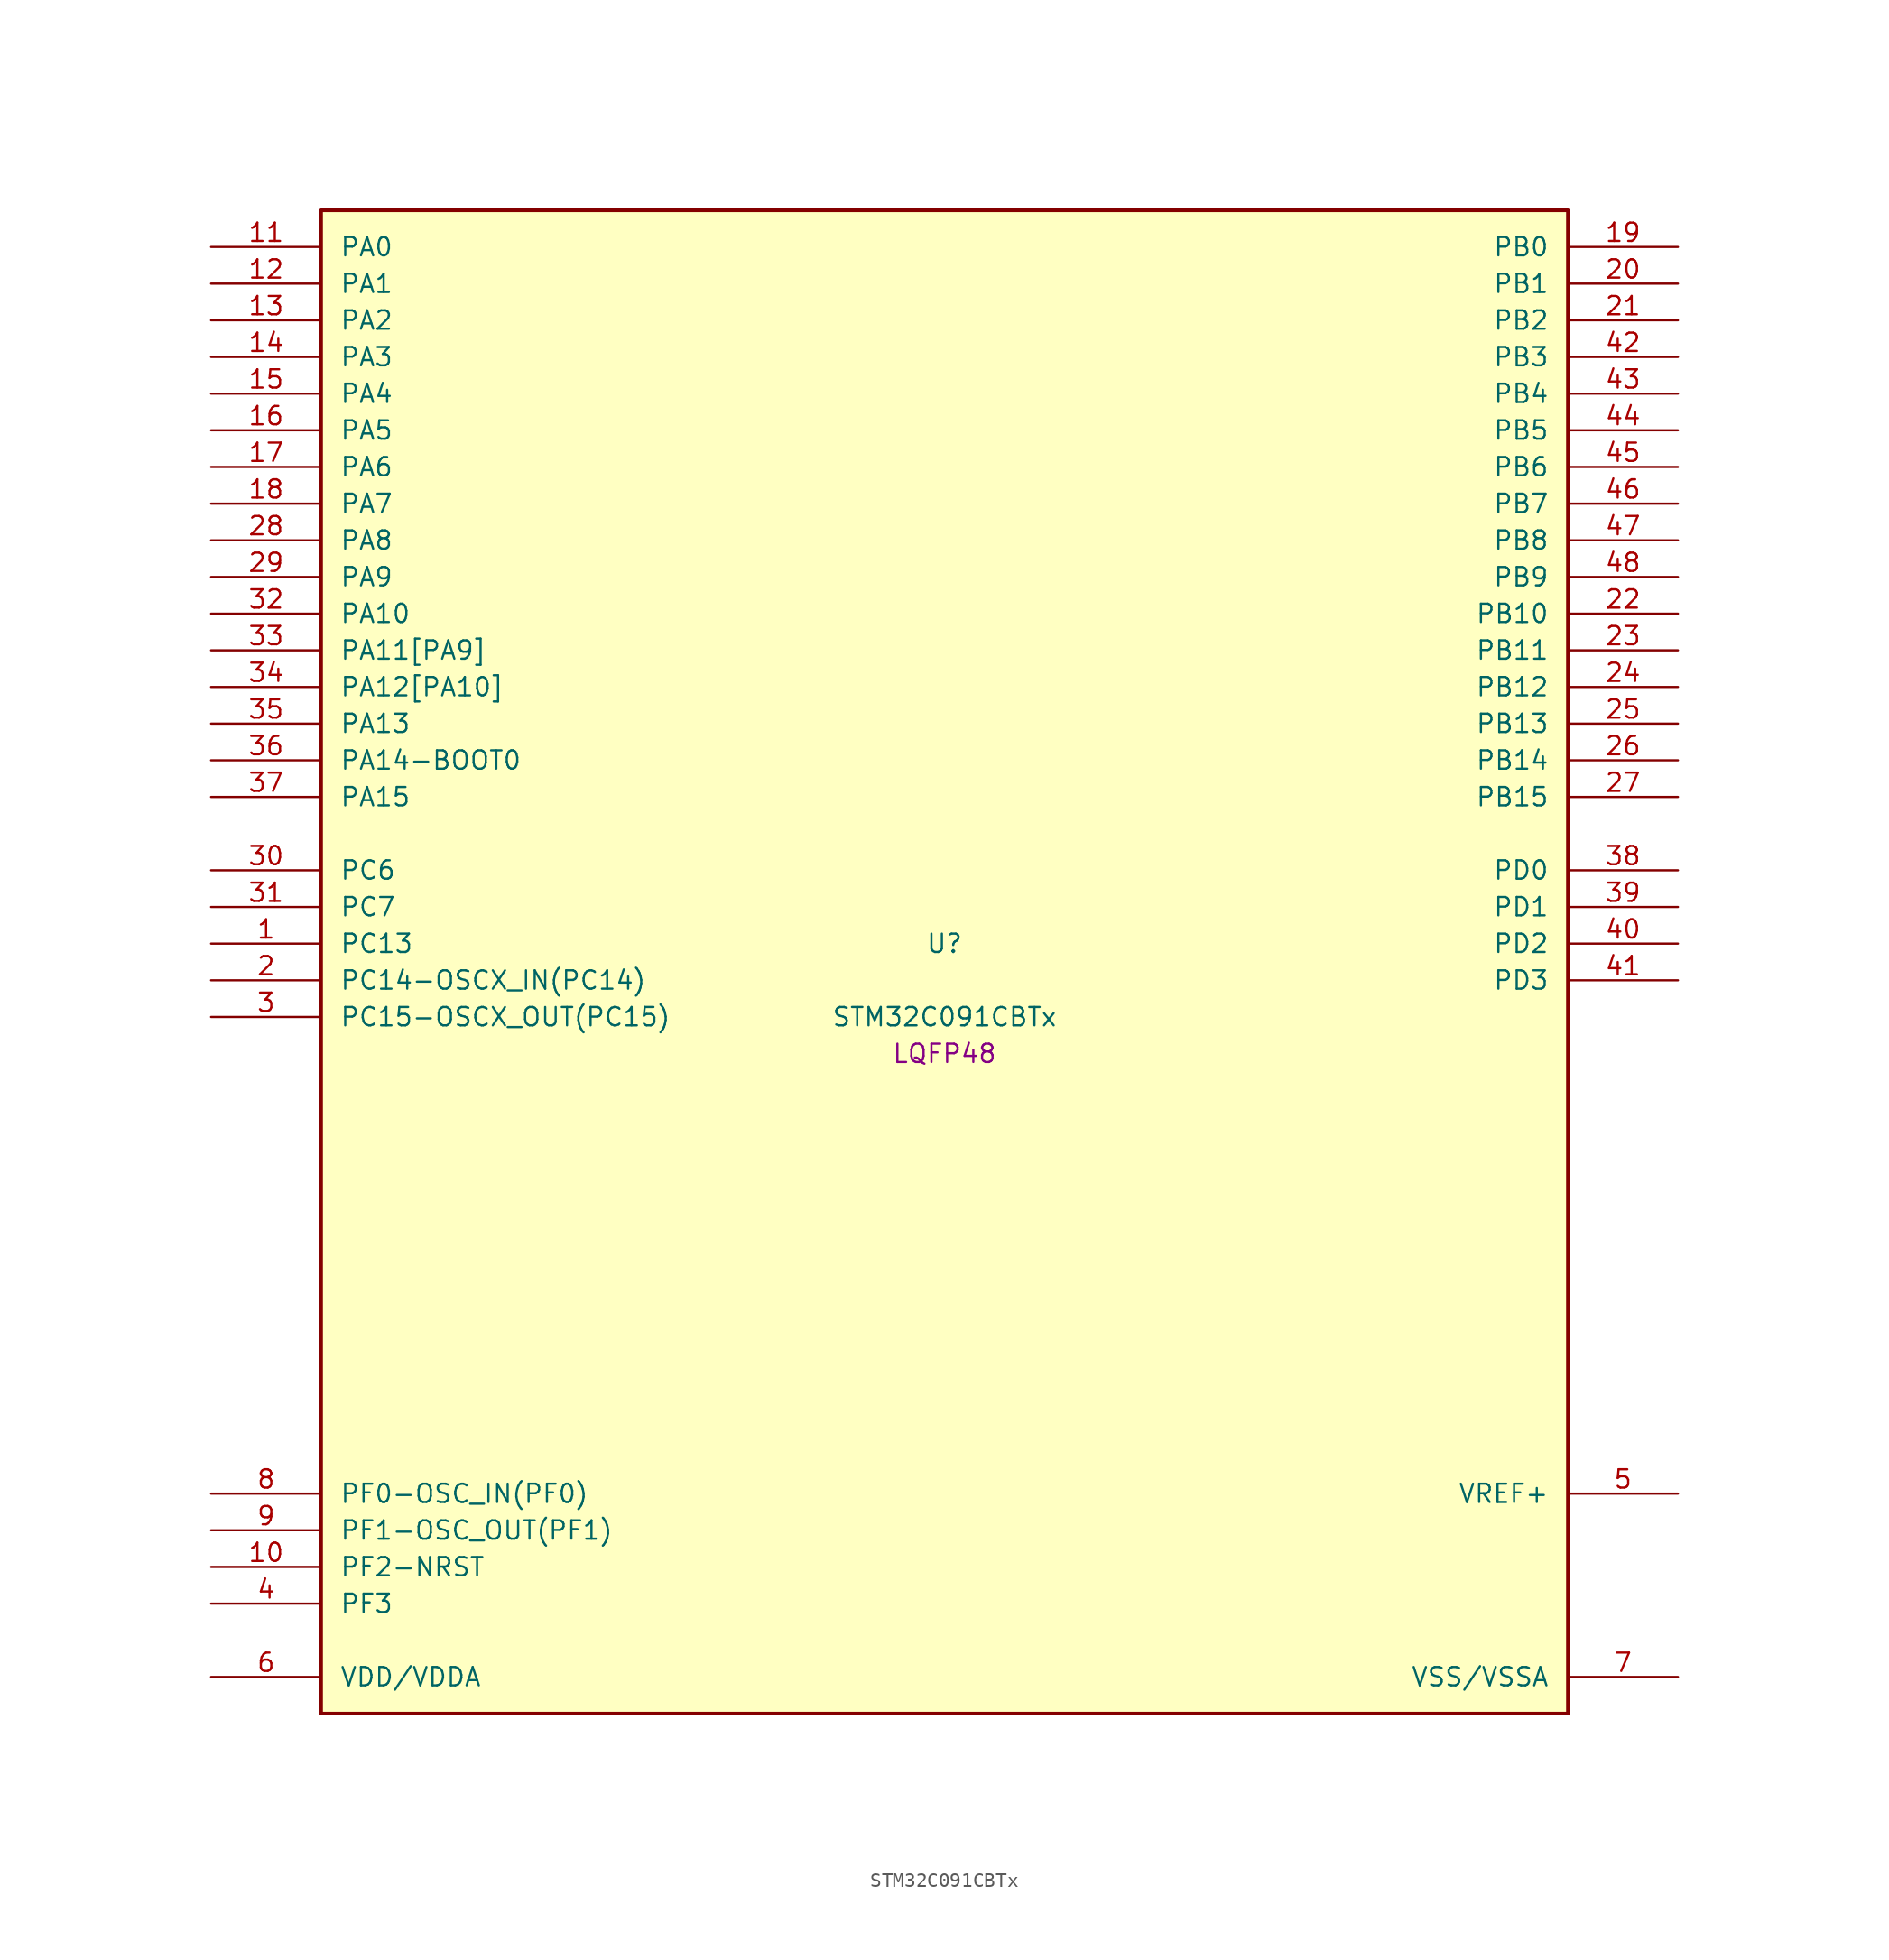
<source format=kicad_sym>
(kicad_symbol_lib
  (version 20241209)
  (generator "stm32_pkl_generator")
  (generator_version "1.0")
  (symbol "STM32C091CBTx"
    (pin_names
      (offset 1.27))
    (property "Reference" "U"
      (at 0 2.54 0))
    (property "Value" "STM32C091CBTx"
      (at 0 -2.54 0))
    (property "Footprint" "LQFP48"
      (at 0 -5.08 0))
    (symbol "STM32C091CBTx_1_1"
      (rectangle (start -43.18 53.34) (end 43.18 -50.8) (stroke (width 0.254) (type solid)) (fill (type background)))
      (pin bidirectional line (at -50.8 50.8 0) (length 7.62) (name "PA0") (number "11") (alternate "PA0/ADC1_IN0" bidirectional line) (alternate "PA0/PWR_WKUP1" bidirectional line) (alternate "PA0/SPI2_SCK" bidirectional line) (alternate "PA0/TIM16_CH1" bidirectional line) (alternate "PA0/TIM1_CH1" bidirectional line) (alternate "PA0/TIM2_CH1" bidirectional line) (alternate "PA0/TIM2_ETR" bidirectional line) (alternate "PA0/USART1_TX" bidirectional line) (alternate "PA0/USART2_CTS" bidirectional line) (alternate "PA0/USART2_NSS" bidirectional line) (alternate "PA0/USART4_TX" bidirectional line))
      (pin bidirectional line (at -50.8 48.26 0) (length 7.62) (name "PA1") (number "12") (alternate "PA1/ADC1_IN1" bidirectional line) (alternate "PA1/I2C1_SMBA" bidirectional line) (alternate "PA1/I2S1_CK" bidirectional line) (alternate "PA1/SPI1_SCK" bidirectional line) (alternate "PA1/TIM15_CH1N" bidirectional line) (alternate "PA1/TIM17_CH1" bidirectional line) (alternate "PA1/TIM1_CH2" bidirectional line) (alternate "PA1/TIM2_CH2" bidirectional line) (alternate "PA1/USART1_RX" bidirectional line) (alternate "PA1/USART2_CK" bidirectional line) (alternate "PA1/USART2_DE" bidirectional line) (alternate "PA1/USART2_RTS" bidirectional line) (alternate "PA1/USART4_RX" bidirectional line))
      (pin bidirectional line (at -50.8 45.72 0) (length 7.62) (name "PA2") (number "13") (alternate "PA2/ADC1_IN2" bidirectional line) (alternate "PA2/I2S1_SD" bidirectional line) (alternate "PA2/PWR_WKUP4" bidirectional line) (alternate "PA2/RCC_LSCO" bidirectional line) (alternate "PA2/SPI1_MOSI" bidirectional line) (alternate "PA2/TIM15_CH1" bidirectional line) (alternate "PA2/TIM16_CH1N" bidirectional line) (alternate "PA2/TIM1_CH3" bidirectional line) (alternate "PA2/TIM2_CH3" bidirectional line) (alternate "PA2/TIM3_ETR" bidirectional line) (alternate "PA2/USART2_TX" bidirectional line))
      (pin bidirectional line (at -50.8 43.18 0) (length 7.62) (name "PA3") (number "14") (alternate "PA3/ADC1_IN3" bidirectional line) (alternate "PA3/SPI2_MISO" bidirectional line) (alternate "PA3/TIM15_CH2" bidirectional line) (alternate "PA3/TIM1_CH1N" bidirectional line) (alternate "PA3/TIM1_CH4" bidirectional line) (alternate "PA3/TIM2_CH4" bidirectional line) (alternate "PA3/USART2_RX" bidirectional line))
      (pin bidirectional line (at -50.8 40.64 0) (length 7.62) (name "PA4") (number "15") (alternate "PA4/ADC1_IN4" bidirectional line) (alternate "PA4/I2S1_WS" bidirectional line) (alternate "PA4/RTC_OUT2" bidirectional line) (alternate "PA4/SPI1_NSS" bidirectional line) (alternate "PA4/SPI2_MOSI" bidirectional line) (alternate "PA4/TIM14_CH1" bidirectional line) (alternate "PA4/TIM17_CH1N" bidirectional line) (alternate "PA4/TIM1_CH2N" bidirectional line) (alternate "PA4/USART2_TX" bidirectional line))
      (pin bidirectional line (at -50.8 38.1 0) (length 7.62) (name "PA5") (number "16") (alternate "PA5/ADC1_IN5" bidirectional line) (alternate "PA5/I2S1_CK" bidirectional line) (alternate "PA5/SPI1_SCK" bidirectional line) (alternate "PA5/TIM1_CH1" bidirectional line) (alternate "PA5/TIM1_CH3N" bidirectional line) (alternate "PA5/TIM2_CH1" bidirectional line) (alternate "PA5/TIM2_ETR" bidirectional line) (alternate "PA5/USART2_RX" bidirectional line) (alternate "PA5/USART3_TX" bidirectional line))
      (pin bidirectional line (at -50.8 35.56 0) (length 7.62) (name "PA6") (number "17") (alternate "PA6/ADC1_IN6" bidirectional line) (alternate "PA6/I2C2_SDA" bidirectional line) (alternate "PA6/I2S1_MCK" bidirectional line) (alternate "PA6/SPI1_MISO" bidirectional line) (alternate "PA6/TIM16_CH1" bidirectional line) (alternate "PA6/TIM1_BKIN" bidirectional line) (alternate "PA6/TIM3_CH1" bidirectional line) (alternate "PA6/USART3_CTS" bidirectional line) (alternate "PA6/USART3_NSS" bidirectional line))
      (pin bidirectional line (at -50.8 33.02 0) (length 7.62) (name "PA7") (number "18") (alternate "PA7/ADC1_IN7" bidirectional line) (alternate "PA7/I2C2_SCL" bidirectional line) (alternate "PA7/I2S1_SD" bidirectional line) (alternate "PA7/SPI1_MOSI" bidirectional line) (alternate "PA7/TIM14_CH1" bidirectional line) (alternate "PA7/TIM17_CH1" bidirectional line) (alternate "PA7/TIM1_CH1N" bidirectional line) (alternate "PA7/TIM3_CH2" bidirectional line))
      (pin bidirectional line (at -50.8 30.48 0) (length 7.62) (name "PA8") (number "28") (alternate "PA8/ADC1_IN8" bidirectional line) (alternate "PA8/I2S1_WS" bidirectional line) (alternate "PA8/RCC_MCO" bidirectional line) (alternate "PA8/RCC_MCO_2" bidirectional line) (alternate "PA8/SPI1_NSS" bidirectional line) (alternate "PA8/SPI2_MISO" bidirectional line) (alternate "PA8/SPI2_NSS" bidirectional line) (alternate "PA8/TIM14_CH1" bidirectional line) (alternate "PA8/TIM1_CH1" bidirectional line) (alternate "PA8/TIM1_CH2N" bidirectional line) (alternate "PA8/TIM1_CH3N" bidirectional line) (alternate "PA8/TIM3_CH3" bidirectional line) (alternate "PA8/TIM3_CH4" bidirectional line) (alternate "PA8/USART1_RX" bidirectional line) (alternate "PA8/USART2_TX" bidirectional line))
      (pin bidirectional line (at -50.8 27.94 0) (length 7.62) (name "PA9") (number "29") (alternate "PA9/I2C1_SCL" bidirectional line) (alternate "PA9/I2C2_SCL" bidirectional line) (alternate "PA9/RCC_MCO" bidirectional line) (alternate "PA9/SPI2_MISO" bidirectional line) (alternate "PA9/TIM15_BKIN" bidirectional line) (alternate "PA9/TIM1_CH2" bidirectional line) (alternate "PA9/TIM3_ETR" bidirectional line) (alternate "PA9/USART1_TX" bidirectional line) (alternate "PA9/NC" bidirectional line))
      (pin bidirectional line (at -50.8 25.4 0) (length 7.62) (name "PA10") (number "32") (alternate "PA10/I2C1_SDA" bidirectional line) (alternate "PA10/I2C2_SDA" bidirectional line) (alternate "PA10/RCC_MCO_2" bidirectional line) (alternate "PA10/SPI2_MOSI" bidirectional line) (alternate "PA10/TIM17_BKIN" bidirectional line) (alternate "PA10/TIM1_CH3" bidirectional line) (alternate "PA10/USART1_RX" bidirectional line) (alternate "PA10/NC" bidirectional line))
      (pin bidirectional line (at -50.8 22.86 0) (length 7.62) (name "PA11[PA9]") (number "33") (alternate "PA11[PA9]/ADC1_EXTI11" bidirectional line) (alternate "PA11[PA9]/I2C2_SCL" bidirectional line) (alternate "PA11[PA9]/I2S1_MCK" bidirectional line) (alternate "PA11[PA9]/SPI1_MISO" bidirectional line) (alternate "PA11[PA9]/TIM1_BKIN2" bidirectional line) (alternate "PA11[PA9]/TIM1_CH4" bidirectional line) (alternate "PA11[PA9]/USART1_CTS" bidirectional line) (alternate "PA11[PA9]/USART1_NSS" bidirectional line) (alternate "PA11[PA9]/PA9[PA11]" bidirectional line) (alternate "PA11[PA9]/I2C1_SCL" bidirectional line) (alternate "PA11[PA9]/RCC_MCO" bidirectional line) (alternate "PA11[PA9]/SPI2_MISO" bidirectional line) (alternate "PA11[PA9]/TIM15_BKIN" bidirectional line) (alternate "PA11[PA9]/TIM1_CH2" bidirectional line) (alternate "PA11[PA9]/TIM3_ETR" bidirectional line) (alternate "PA11[PA9]/USART1_TX" bidirectional line))
      (pin bidirectional line (at -50.8 20.32 0) (length 7.62) (name "PA12[PA10]") (number "34") (alternate "PA12[PA10]/I2C2_SDA" bidirectional line) (alternate "PA12[PA10]/I2S1_SD" bidirectional line) (alternate "PA12[PA10]/I2S_CKIN" bidirectional line) (alternate "PA12[PA10]/SPI1_MOSI" bidirectional line) (alternate "PA12[PA10]/TIM1_ETR" bidirectional line) (alternate "PA12[PA10]/USART1_CK" bidirectional line) (alternate "PA12[PA10]/USART1_DE" bidirectional line) (alternate "PA12[PA10]/USART1_RTS" bidirectional line) (alternate "PA12[PA10]/PA10[PA12]" bidirectional line) (alternate "PA12[PA10]/I2C1_SDA" bidirectional line) (alternate "PA12[PA10]/RCC_MCO_2" bidirectional line) (alternate "PA12[PA10]/SPI2_MOSI" bidirectional line) (alternate "PA12[PA10]/TIM17_BKIN" bidirectional line) (alternate "PA12[PA10]/TIM1_CH3" bidirectional line) (alternate "PA12[PA10]/USART1_RX" bidirectional line))
      (pin bidirectional line (at -50.8 17.78 0) (length 7.62) (name "PA13") (number "35") (alternate "PA13/ADC1_IN13" bidirectional line) (alternate "PA13/DEBUG_SWDIO" bidirectional line) (alternate "PA13/IR_OUT" bidirectional line) (alternate "PA13/TIM3_ETR" bidirectional line) (alternate "PA13/USART2_RX" bidirectional line))
      (pin bidirectional line (at -50.8 15.24 0) (length 7.62) (name "PA14-BOOT0") (number "36") (alternate "PA14-BOOT0/ADC1_IN14" bidirectional line) (alternate "PA14-BOOT0/BOOT0" bidirectional line) (alternate "PA14-BOOT0/DEBUG_SWCLK" bidirectional line) (alternate "PA14-BOOT0/I2S1_WS" bidirectional line) (alternate "PA14-BOOT0/RCC_MCO_2" bidirectional line) (alternate "PA14-BOOT0/SPI1_NSS" bidirectional line) (alternate "PA14-BOOT0/TIM1_CH1" bidirectional line) (alternate "PA14-BOOT0/USART1_CK" bidirectional line) (alternate "PA14-BOOT0/USART1_DE" bidirectional line) (alternate "PA14-BOOT0/USART1_RTS" bidirectional line) (alternate "PA14-BOOT0/USART2_RX" bidirectional line) (alternate "PA14-BOOT0/USART2_TX" bidirectional line))
      (pin bidirectional line (at -50.8 12.7 0) (length 7.62) (name "PA15") (number "37") (alternate "PA15/I2S1_WS" bidirectional line) (alternate "PA15/RCC_MCO_2" bidirectional line) (alternate "PA15/SPI1_NSS" bidirectional line) (alternate "PA15/TIM1_CH1" bidirectional line) (alternate "PA15/TIM2_CH1" bidirectional line) (alternate "PA15/TIM2_ETR" bidirectional line) (alternate "PA15/USART1_CK" bidirectional line) (alternate "PA15/USART1_DE" bidirectional line) (alternate "PA15/USART1_RTS" bidirectional line) (alternate "PA15/USART2_RX" bidirectional line) (alternate "PA15/USART3_CK" bidirectional line) (alternate "PA15/USART3_DE" bidirectional line) (alternate "PA15/USART3_RTS" bidirectional line) (alternate "PA15/USART4_CK" bidirectional line) (alternate "PA15/USART4_DE" bidirectional line) (alternate "PA15/USART4_RTS" bidirectional line))
      (pin bidirectional line (at 50.8 50.8 180) (length 7.62) (name "PB0") (number "19") (alternate "PB0/ADC1_IN17" bidirectional line) (alternate "PB0/I2S1_WS" bidirectional line) (alternate "PB0/SPI1_NSS" bidirectional line) (alternate "PB0/TIM1_CH2N" bidirectional line) (alternate "PB0/TIM3_CH3" bidirectional line) (alternate "PB0/USART3_RX" bidirectional line))
      (pin bidirectional line (at 50.8 48.26 180) (length 7.62) (name "PB1") (number "20") (alternate "PB1/ADC1_IN18" bidirectional line) (alternate "PB1/TIM14_CH1" bidirectional line) (alternate "PB1/TIM1_CH2N" bidirectional line) (alternate "PB1/TIM1_CH3N" bidirectional line) (alternate "PB1/TIM3_CH4" bidirectional line) (alternate "PB1/USART3_CK" bidirectional line) (alternate "PB1/USART3_DE" bidirectional line) (alternate "PB1/USART3_RTS" bidirectional line))
      (pin bidirectional line (at 50.8 45.72 180) (length 7.62) (name "PB2") (number "21") (alternate "PB2/ADC1_IN19" bidirectional line) (alternate "PB2/RCC_MCO_2" bidirectional line) (alternate "PB2/SPI2_MISO" bidirectional line) (alternate "PB2/USART1_RX" bidirectional line) (alternate "PB2/USART3_TX" bidirectional line))
      (pin bidirectional line (at 50.8 43.18 180) (length 7.62) (name "PB3") (number "42") (alternate "PB3/I2C2_SCL" bidirectional line) (alternate "PB3/I2S1_CK" bidirectional line) (alternate "PB3/SPI1_SCK" bidirectional line) (alternate "PB3/TIM1_CH2" bidirectional line) (alternate "PB3/TIM2_CH2" bidirectional line) (alternate "PB3/TIM3_CH2" bidirectional line) (alternate "PB3/USART1_CK" bidirectional line) (alternate "PB3/USART1_DE" bidirectional line) (alternate "PB3/USART1_RTS" bidirectional line))
      (pin bidirectional line (at 50.8 40.64 180) (length 7.62) (name "PB4") (number "43") (alternate "PB4/I2C2_SDA" bidirectional line) (alternate "PB4/I2S1_MCK" bidirectional line) (alternate "PB4/SPI1_MISO" bidirectional line) (alternate "PB4/TIM17_BKIN" bidirectional line) (alternate "PB4/TIM3_CH1" bidirectional line) (alternate "PB4/USART1_CTS" bidirectional line) (alternate "PB4/USART1_NSS" bidirectional line))
      (pin bidirectional line (at 50.8 38.1 180) (length 7.62) (name "PB5") (number "44") (alternate "PB5/I2C1_SMBA" bidirectional line) (alternate "PB5/I2S1_SD" bidirectional line) (alternate "PB5/PWR_WKUP6" bidirectional line) (alternate "PB5/SPI1_MOSI" bidirectional line) (alternate "PB5/TIM16_BKIN" bidirectional line) (alternate "PB5/TIM3_CH2" bidirectional line) (alternate "PB5/TIM3_CH3" bidirectional line))
      (pin bidirectional line (at 50.8 35.56 180) (length 7.62) (name "PB6") (number "45") (alternate "PB6/I2C1_SCL" bidirectional line) (alternate "PB6/I2C1_SMBA" bidirectional line) (alternate "PB6/I2S1_CK" bidirectional line) (alternate "PB6/I2S1_MCK" bidirectional line) (alternate "PB6/I2S1_SD" bidirectional line) (alternate "PB6/PWR_WKUP3" bidirectional line) (alternate "PB6/SPI1_MISO" bidirectional line) (alternate "PB6/SPI1_MOSI" bidirectional line) (alternate "PB6/SPI1_SCK" bidirectional line) (alternate "PB6/SPI2_MISO" bidirectional line) (alternate "PB6/TIM16_BKIN" bidirectional line) (alternate "PB6/TIM16_CH1N" bidirectional line) (alternate "PB6/TIM1_CH2" bidirectional line) (alternate "PB6/TIM1_CH3" bidirectional line) (alternate "PB6/TIM3_CH1" bidirectional line) (alternate "PB6/TIM3_CH2" bidirectional line) (alternate "PB6/TIM3_CH3" bidirectional line) (alternate "PB6/USART1_CTS" bidirectional line) (alternate "PB6/USART1_NSS" bidirectional line) (alternate "PB6/USART1_TX" bidirectional line))
      (pin bidirectional line (at 50.8 33.02 180) (length 7.62) (name "PB7") (number "46") (alternate "PB7/I2C1_SCL" bidirectional line) (alternate "PB7/I2C1_SDA" bidirectional line) (alternate "PB7/SPI2_MOSI" bidirectional line) (alternate "PB7/TIM16_CH1" bidirectional line) (alternate "PB7/TIM17_CH1N" bidirectional line) (alternate "PB7/TIM1_CH4" bidirectional line) (alternate "PB7/TIM3_CH1" bidirectional line) (alternate "PB7/TIM3_CH4" bidirectional line) (alternate "PB7/USART1_RX" bidirectional line) (alternate "PB7/USART2_CTS" bidirectional line) (alternate "PB7/USART2_NSS" bidirectional line) (alternate "PB7/USART4_CTS" bidirectional line) (alternate "PB7/USART4_NSS" bidirectional line))
      (pin bidirectional line (at 50.8 30.48 180) (length 7.62) (name "PB8") (number "47") (alternate "PB8/I2C1_SCL" bidirectional line) (alternate "PB8/SPI2_SCK" bidirectional line) (alternate "PB8/TIM15_BKIN" bidirectional line) (alternate "PB8/TIM16_CH1" bidirectional line) (alternate "PB8/TIM3_CH1" bidirectional line) (alternate "PB8/USART2_CTS" bidirectional line) (alternate "PB8/USART2_NSS" bidirectional line) (alternate "PB8/USART3_TX" bidirectional line))
      (pin bidirectional line (at 50.8 27.94 180) (length 7.62) (name "PB9") (number "48") (alternate "PB9/I2C1_SDA" bidirectional line) (alternate "PB9/IR_OUT" bidirectional line) (alternate "PB9/SPI2_NSS" bidirectional line) (alternate "PB9/TIM17_CH1" bidirectional line) (alternate "PB9/TIM3_CH2" bidirectional line) (alternate "PB9/USART2_CK" bidirectional line) (alternate "PB9/USART2_DE" bidirectional line) (alternate "PB9/USART2_RTS" bidirectional line) (alternate "PB9/USART3_RX" bidirectional line))
      (pin bidirectional line (at 50.8 25.4 180) (length 7.62) (name "PB10") (number "22") (alternate "PB10/ADC1_IN20" bidirectional line) (alternate "PB10/I2C2_SCL" bidirectional line) (alternate "PB10/SPI2_SCK" bidirectional line) (alternate "PB10/TIM2_CH3" bidirectional line) (alternate "PB10/USART3_TX" bidirectional line))
      (pin bidirectional line (at 50.8 22.86 180) (length 7.62) (name "PB11") (number "23") (alternate "PB11/ADC1_EXTI11" bidirectional line) (alternate "PB11/ADC1_IN21" bidirectional line) (alternate "PB11/I2C2_SDA" bidirectional line) (alternate "PB11/SPI2_MOSI" bidirectional line) (alternate "PB11/TIM2_CH4" bidirectional line) (alternate "PB11/USART3_RX" bidirectional line))
      (pin bidirectional line (at 50.8 20.32 180) (length 7.62) (name "PB12") (number "24") (alternate "PB12/ADC1_IN22" bidirectional line) (alternate "PB12/SPI2_NSS" bidirectional line) (alternate "PB12/TIM15_BKIN" bidirectional line) (alternate "PB12/TIM1_BKIN" bidirectional line) (alternate "PB12/TIM1_BKIN2" bidirectional line))
      (pin bidirectional line (at 50.8 17.78 180) (length 7.62) (name "PB13") (number "25") (alternate "PB13/I2C2_SCL" bidirectional line) (alternate "PB13/SPI2_SCK" bidirectional line) (alternate "PB13/TIM15_CH1N" bidirectional line) (alternate "PB13/TIM1_CH1N" bidirectional line) (alternate "PB13/USART3_CTS" bidirectional line) (alternate "PB13/USART3_NSS" bidirectional line))
      (pin bidirectional line (at 50.8 15.24 180) (length 7.62) (name "PB14") (number "26") (alternate "PB14/I2C2_SDA" bidirectional line) (alternate "PB14/SPI2_MISO" bidirectional line) (alternate "PB14/TIM15_CH1" bidirectional line) (alternate "PB14/TIM1_CH2N" bidirectional line) (alternate "PB14/USART3_CK" bidirectional line) (alternate "PB14/USART3_DE" bidirectional line) (alternate "PB14/USART3_RTS" bidirectional line))
      (pin bidirectional line (at 50.8 12.7 180) (length 7.62) (name "PB15") (number "27") (alternate "PB15/RTC_REFIN" bidirectional line) (alternate "PB15/SPI2_MOSI" bidirectional line) (alternate "PB15/TIM15_CH1N" bidirectional line) (alternate "PB15/TIM15_CH2" bidirectional line) (alternate "PB15/TIM1_CH3N" bidirectional line))
      (pin bidirectional line (at -50.8 7.62 0) (length 7.62) (name "PC6") (number "30") (alternate "PC6/TIM2_CH3" bidirectional line) (alternate "PC6/TIM3_CH1" bidirectional line))
      (pin bidirectional line (at -50.8 5.08 0) (length 7.62) (name "PC7") (number "31") (alternate "PC7/TIM2_CH4" bidirectional line) (alternate "PC7/TIM3_CH2" bidirectional line))
      (pin bidirectional line (at -50.8 2.54 0) (length 7.62) (name "PC13") (number "1") (alternate "PC13/PWR_WKUP2" bidirectional line) (alternate "PC13/RTC_OUT1" bidirectional line) (alternate "PC13/RTC_TS" bidirectional line) (alternate "PC13/TIM1_BKIN" bidirectional line) (alternate "PC13/TIM1_ETR" bidirectional line))
      (pin bidirectional line (at -50.8 0 0) (length 7.62) (name "PC14-OSCX_IN(PC14)") (number "2") (alternate "PC14-OSCX_IN(PC14)/I2C1_SDA" bidirectional line) (alternate "PC14-OSCX_IN(PC14)/IR_OUT" bidirectional line) (alternate "PC14-OSCX_IN(PC14)/RCC_OSCX_IN" bidirectional line) (alternate "PC14-OSCX_IN(PC14)/SPI2_NSS" bidirectional line) (alternate "PC14-OSCX_IN(PC14)/TIM17_CH1" bidirectional line) (alternate "PC14-OSCX_IN(PC14)/TIM1_BKIN2" bidirectional line) (alternate "PC14-OSCX_IN(PC14)/TIM1_ETR" bidirectional line) (alternate "PC14-OSCX_IN(PC14)/TIM3_CH2" bidirectional line) (alternate "PC14-OSCX_IN(PC14)/USART1_TX" bidirectional line) (alternate "PC14-OSCX_IN(PC14)/USART2_CK" bidirectional line) (alternate "PC14-OSCX_IN(PC14)/USART2_DE" bidirectional line) (alternate "PC14-OSCX_IN(PC14)/USART2_RTS" bidirectional line) (alternate "PC14-OSCX_IN(PC14)/USART3_TX" bidirectional line))
      (pin bidirectional line (at -50.8 -2.54 0) (length 7.62) (name "PC15-OSCX_OUT(PC15)") (number "3") (alternate "PC15-OSCX_OUT(PC15)/RCC_OSC32_EN" bidirectional line) (alternate "PC15-OSCX_OUT(PC15)/RCC_OSCX_OUT" bidirectional line) (alternate "PC15-OSCX_OUT(PC15)/RCC_OSC_EN" bidirectional line) (alternate "PC15-OSCX_OUT(PC15)/TIM15_BKIN" bidirectional line) (alternate "PC15-OSCX_OUT(PC15)/TIM1_ETR" bidirectional line) (alternate "PC15-OSCX_OUT(PC15)/TIM3_CH3" bidirectional line))
      (pin bidirectional line (at 50.8 7.62 180) (length 7.62) (name "PD0") (number "38") (alternate "PD0/SPI2_NSS" bidirectional line) (alternate "PD0/TIM16_CH1" bidirectional line))
      (pin bidirectional line (at 50.8 5.08 180) (length 7.62) (name "PD1") (number "39") (alternate "PD1/SPI2_SCK" bidirectional line) (alternate "PD1/TIM17_CH1" bidirectional line))
      (pin bidirectional line (at 50.8 2.54 180) (length 7.62) (name "PD2") (number "40") (alternate "PD2/TIM1_CH1N" bidirectional line) (alternate "PD2/TIM3_ETR" bidirectional line) (alternate "PD2/USART3_CK" bidirectional line) (alternate "PD2/USART3_DE" bidirectional line) (alternate "PD2/USART3_RTS" bidirectional line))
      (pin bidirectional line (at 50.8 0 180) (length 7.62) (name "PD3") (number "41") (alternate "PD3/SPI2_MISO" bidirectional line) (alternate "PD3/TIM1_CH2N" bidirectional line) (alternate "PD3/USART2_CTS" bidirectional line) (alternate "PD3/USART2_NSS" bidirectional line))
      (pin bidirectional line (at -50.8 -35.56 0) (length 7.62) (name "PF0-OSC_IN(PF0)") (number "8") (alternate "PF0-OSC_IN(PF0)/RCC_OSC_IN" bidirectional line) (alternate "PF0-OSC_IN(PF0)/TIM14_CH1" bidirectional line))
      (pin bidirectional line (at -50.8 -38.1 0) (length 7.62) (name "PF1-OSC_OUT(PF1)") (number "9") (alternate "PF1-OSC_OUT(PF1)/RCC_OSC_EN" bidirectional line) (alternate "PF1-OSC_OUT(PF1)/RCC_OSC_OUT" bidirectional line) (alternate "PF1-OSC_OUT(PF1)/TIM15_CH1N" bidirectional line))
      (pin bidirectional line (at -50.8 -40.64 0) (length 7.62) (name "PF2-NRST") (number "10") (alternate "PF2-NRST/RCC_MCO" bidirectional line) (alternate "PF2-NRST/TIM1_CH4" bidirectional line))
      (pin bidirectional line (at -50.8 -43.18 0) (length 7.62) (name "PF3") (number "4"))
      (pin bidirectional line (at 50.8 -35.56 180) (length 7.62) (name "VREF+") (number "5"))
      (pin power_in line (at -50.8 -48.26 0) (length 7.62) (name "VDD/VDDA") (number "6"))
      (pin power_in line (at 50.8 -48.26 180) (length 7.62) (name "VSS/VSSA") (number "7")))))
</source>
